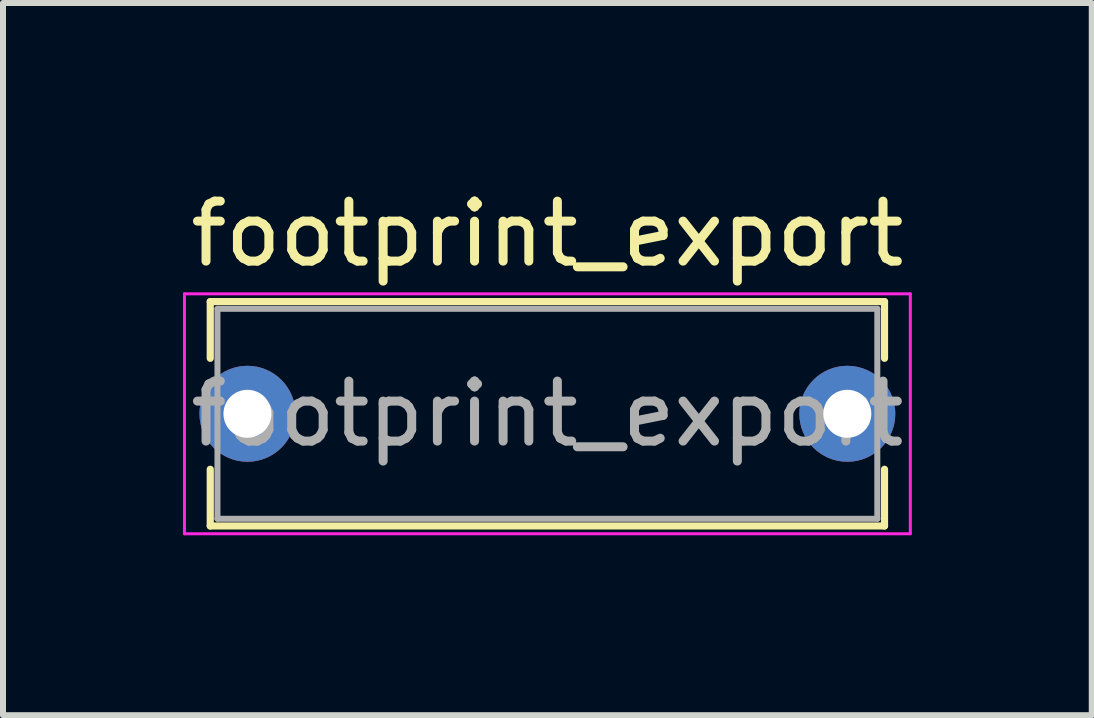
<source format=kicad_pcb>
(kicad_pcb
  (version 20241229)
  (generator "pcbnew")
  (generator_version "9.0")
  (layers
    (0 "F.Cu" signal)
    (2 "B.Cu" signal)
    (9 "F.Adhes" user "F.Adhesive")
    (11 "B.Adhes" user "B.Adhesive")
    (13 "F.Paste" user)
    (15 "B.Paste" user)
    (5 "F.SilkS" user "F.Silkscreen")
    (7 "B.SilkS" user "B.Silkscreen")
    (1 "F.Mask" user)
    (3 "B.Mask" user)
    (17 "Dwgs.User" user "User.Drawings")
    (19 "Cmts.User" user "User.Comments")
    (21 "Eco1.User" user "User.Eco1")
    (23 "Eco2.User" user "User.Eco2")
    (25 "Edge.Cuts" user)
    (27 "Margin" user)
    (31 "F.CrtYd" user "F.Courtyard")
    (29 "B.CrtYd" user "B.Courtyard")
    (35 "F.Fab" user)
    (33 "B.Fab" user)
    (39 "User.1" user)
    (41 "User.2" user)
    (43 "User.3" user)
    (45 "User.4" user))
  (footprint "footprint_export"
    (layer "F.Cu")
    (at 1.075 3.848)
    (property "Reference" "footprint_export" (at 5 -3 0) (layer "F.SilkS") (effects (font (size 1 1) (thickness 0.15))))
    (attr through_hole)
    (fp_line (start -0.62 -1.87) (end -0.62 -0.925) (stroke (width 0.12) (type solid)) (layer "F.SilkS"))
    (fp_line (start -0.62 -1.87) (end 10.62 -1.87) (stroke (width 0.12) (type solid)) (layer "F.SilkS"))
    (fp_line (start -0.62 0.925) (end -0.62 1.87) (stroke (width 0.12) (type solid)) (layer "F.SilkS"))
    (fp_line (start -0.62 1.87) (end 10.62 1.87) (stroke (width 0.12) (type solid)) (layer "F.SilkS"))
    (fp_line (start 10.62 -1.87) (end 10.62 -0.925) (stroke (width 0.12) (type solid)) (layer "F.SilkS"))
    (fp_line (start 10.62 0.925) (end 10.62 1.87) (stroke (width 0.12) (type solid)) (layer "F.SilkS"))
    (fp_line (start -1.05 -2) (end -1.05 2) (stroke (width 0.05) (type solid)) (layer "F.CrtYd"))
    (fp_line (start -1.05 2) (end 11.05 2) (stroke (width 0.05) (type solid)) (layer "F.CrtYd"))
    (fp_line (start 11.05 -2) (end -1.05 -2) (stroke (width 0.05) (type solid)) (layer "F.CrtYd"))
    (fp_line (start 11.05 2) (end 11.05 -2) (stroke (width 0.05) (type solid)) (layer "F.CrtYd"))
    (fp_line (start -0.5 -1.75) (end -0.5 1.75) (stroke (width 0.1) (type solid)) (layer "F.Fab"))
    (fp_line (start -0.5 1.75) (end 10.5 1.75) (stroke (width 0.1) (type solid)) (layer "F.Fab"))
    (fp_line (start 10.5 -1.75) (end -0.5 -1.75) (stroke (width 0.1) (type solid)) (layer "F.Fab"))
    (fp_line (start 10.5 1.75) (end 10.5 -1.75) (stroke (width 0.1) (type solid)) (layer "F.Fab"))
    (fp_text user "${REFERENCE}" (at 5 0 0) (layer "F.Fab") (effects (font (size 1 1) (thickness 0.15))))
    (pad "1" thru_hole circle (at 0 0) (size 1.6 1.6) (drill 0.8) (layers "*.Cu" "*.Mask"))
    (pad "2" thru_hole circle (at 10 0) (size 1.6 1.6) (drill 0.8) (layers "*.Cu" "*.Mask")))
  (gr_rect
    (start -3 -3)
    (end 15.15 8.873)
    (stroke (width 0.1) (type default))
    (fill no)
    (layer "Edge.Cuts")))
</source>
